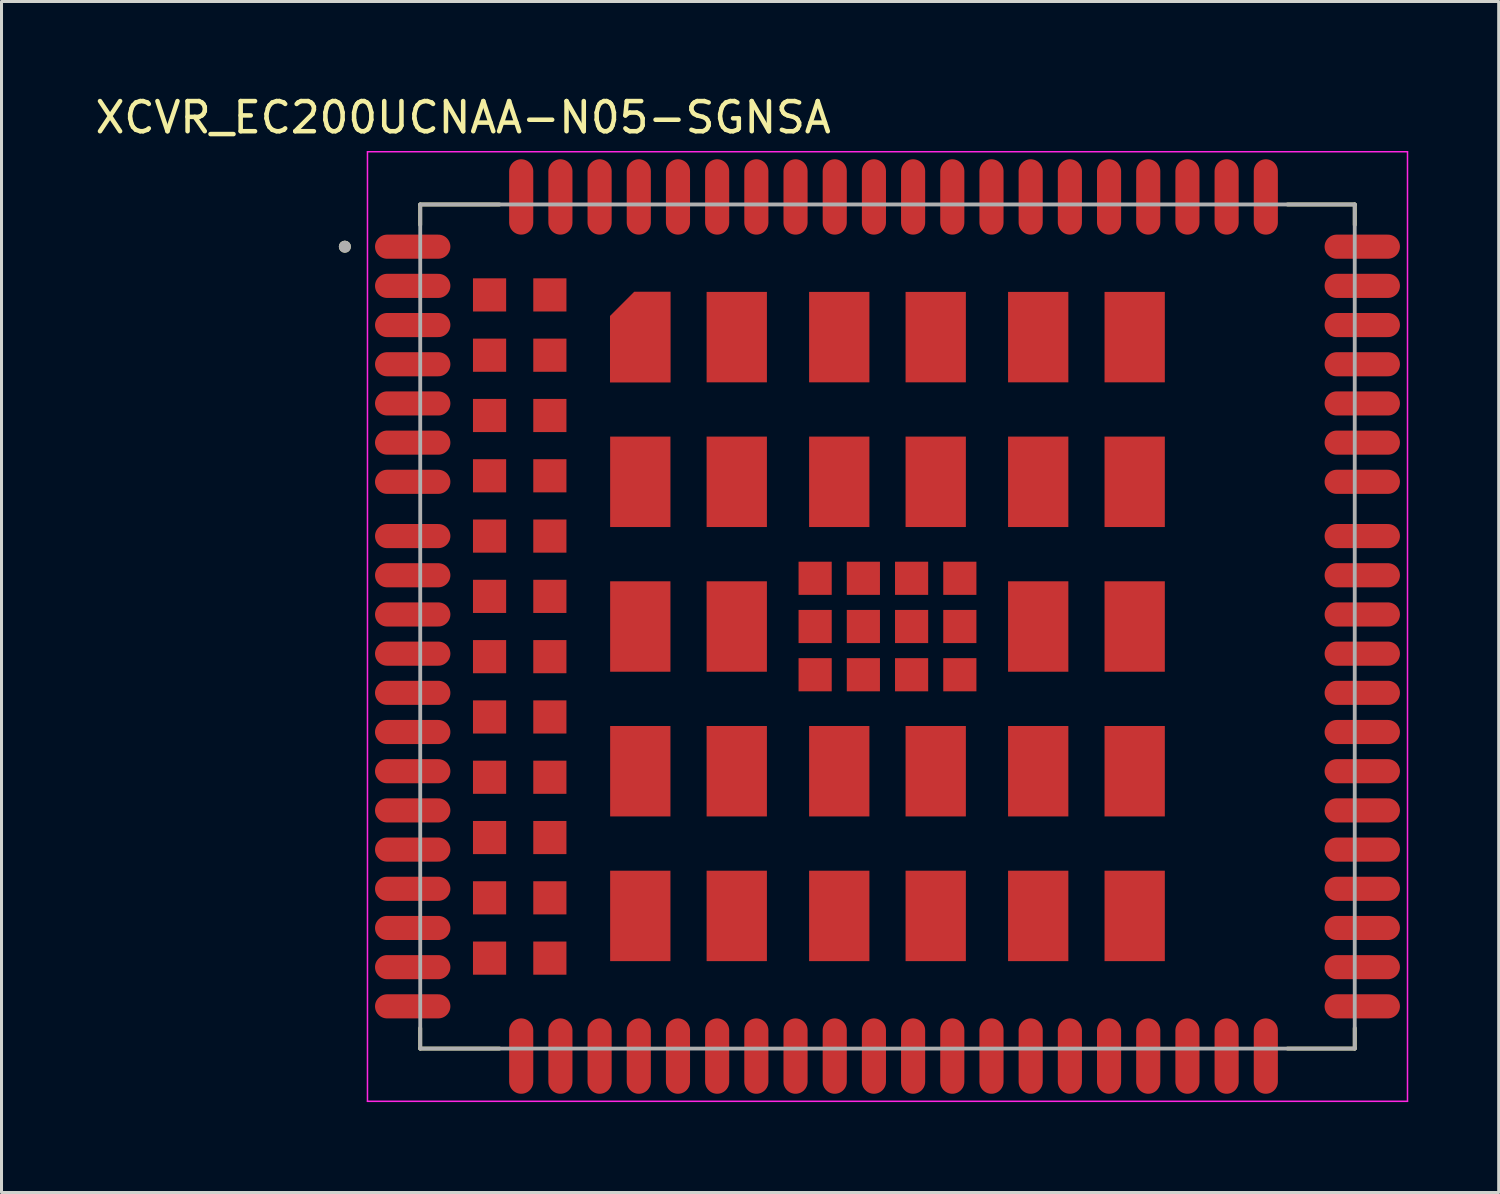
<source format=kicad_pcb>
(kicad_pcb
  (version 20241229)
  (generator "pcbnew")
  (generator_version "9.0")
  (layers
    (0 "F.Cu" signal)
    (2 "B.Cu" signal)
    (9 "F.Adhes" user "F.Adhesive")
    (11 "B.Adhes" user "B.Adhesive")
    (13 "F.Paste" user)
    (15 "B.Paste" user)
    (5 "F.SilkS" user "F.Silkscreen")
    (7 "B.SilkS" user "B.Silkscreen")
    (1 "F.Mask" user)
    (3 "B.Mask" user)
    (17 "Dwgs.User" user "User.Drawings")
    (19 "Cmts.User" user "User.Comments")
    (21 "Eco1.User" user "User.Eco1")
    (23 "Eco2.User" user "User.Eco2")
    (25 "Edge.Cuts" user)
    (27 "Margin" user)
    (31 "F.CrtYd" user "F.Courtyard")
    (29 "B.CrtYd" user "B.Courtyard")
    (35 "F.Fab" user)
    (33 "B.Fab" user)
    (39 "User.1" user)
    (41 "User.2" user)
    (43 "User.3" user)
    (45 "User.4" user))
  (footprint "XCVR_EC200UCNAA-N05-SGNSA"
    (layer "F.Cu")
    (at 26.39 17.733)
    (property "Reference" "XCVR_EC200UCNAA-N05-SGNSA" (at -14.075 -16.885 0) (layer "F.SilkS") (effects (font (size 1 1) (thickness 0.15))))
    (attr smd)
    (fp_poly (pts (xy -7.1 -11.2) (xy -8.45 -11.2) (xy -9.3 -10.35) (xy -9.3 -8) (xy -7.1 -8)) (stroke (width 0.01) (type solid)) (fill yes) (layer "F.Mask"))
    (fp_line (start -15.5 -14) (end -12.87 -14) (stroke (width 0.127) (type solid)) (layer "F.SilkS"))
    (fp_line (start -15.5 -13.32) (end -15.5 -14) (stroke (width 0.127) (type solid)) (layer "F.SilkS"))
    (fp_line (start -15.5 14) (end -15.5 13.32) (stroke (width 0.127) (type solid)) (layer "F.SilkS"))
    (fp_line (start -12.87 14) (end -15.5 14) (stroke (width 0.127) (type solid)) (layer "F.SilkS"))
    (fp_line (start 13.27 -14) (end 15.5 -14) (stroke (width 0.127) (type solid)) (layer "F.SilkS"))
    (fp_line (start 15.5 -14) (end 15.5 -13.32) (stroke (width 0.127) (type solid)) (layer "F.SilkS"))
    (fp_line (start 15.5 14) (end 13.27 14) (stroke (width 0.127) (type solid)) (layer "F.SilkS"))
    (fp_line (start 15.5 14) (end 15.5 13.32) (stroke (width 0.127) (type solid)) (layer "F.SilkS"))
    (fp_circle (center -18 -12.6) (end -17.9 -12.6) (stroke (width 0.2) (type solid)) (fill no) (layer "F.SilkS"))
    (fp_poly (pts (xy -7.2 -11.1) (xy -8.4 -11.1) (xy -9.2 -10.3) (xy -9.2 -8.1) (xy -7.2 -8.1)) (stroke (width 0.01) (type solid)) (fill yes) (layer "F.Paste"))
    (fp_line (start -17.25 -15.75) (end -17.25 15.75) (stroke (width 0.05) (type solid)) (layer "F.CrtYd"))
    (fp_line (start -17.25 15.75) (end 17.25 15.75) (stroke (width 0.05) (type solid)) (layer "F.CrtYd"))
    (fp_line (start 17.25 -15.75) (end -17.25 -15.75) (stroke (width 0.05) (type solid)) (layer "F.CrtYd"))
    (fp_line (start 17.25 15.75) (end 17.25 -15.75) (stroke (width 0.05) (type solid)) (layer "F.CrtYd"))
    (fp_line (start -15.5 -14) (end 15.5 -14) (stroke (width 0.127) (type solid)) (layer "F.Fab"))
    (fp_line (start -15.5 14) (end -15.5 -14) (stroke (width 0.127) (type solid)) (layer "F.Fab"))
    (fp_line (start 15.5 -14) (end 15.5 14) (stroke (width 0.127) (type solid)) (layer "F.Fab"))
    (fp_line (start 15.5 14) (end -15.5 14) (stroke (width 0.127) (type solid)) (layer "F.Fab"))
    (fp_circle (center -18 -12.6) (end -17.9 -12.6) (stroke (width 0.2) (type solid)) (fill no) (layer "F.Fab"))
    (pad "1" smd oval (at -15.75 -12.6) (size 2.5 0.8) (layers "F.Cu" "F.Mask" "F.Paste"))
    (pad "2" smd oval (at -15.75 -11.3) (size 2.5 0.8) (layers "F.Cu" "F.Mask" "F.Paste"))
    (pad "3" smd oval (at -15.75 -10) (size 2.5 0.8) (layers "F.Cu" "F.Mask" "F.Paste"))
    (pad "4" smd oval (at -15.75 -8.7) (size 2.5 0.8) (layers "F.Cu" "F.Mask" "F.Paste"))
    (pad "5" smd oval (at -15.75 -7.4) (size 2.5 0.8) (layers "F.Cu" "F.Mask" "F.Paste"))
    (pad "6" smd oval (at -15.75 -6.1) (size 2.5 0.8) (layers "F.Cu" "F.Mask" "F.Paste"))
    (pad "7" smd oval (at -15.75 -4.8) (size 2.5 0.8) (layers "F.Cu" "F.Mask" "F.Paste"))
    (pad "8" smd oval (at -15.75 -0.4) (size 2.5 0.8) (layers "F.Cu" "F.Mask" "F.Paste"))
    (pad "9" smd oval (at -15.75 0.9) (size 2.5 0.8) (layers "F.Cu" "F.Mask" "F.Paste"))
    (pad "10" smd oval (at -15.75 2.2) (size 2.5 0.8) (layers "F.Cu" "F.Mask" "F.Paste"))
    (pad "11" smd oval (at -15.75 3.5) (size 2.5 0.8) (layers "F.Cu" "F.Mask" "F.Paste"))
    (pad "12" smd oval (at -15.75 4.8) (size 2.5 0.8) (layers "F.Cu" "F.Mask" "F.Paste"))
    (pad "13" smd oval (at -15.75 6.1) (size 2.5 0.8) (layers "F.Cu" "F.Mask" "F.Paste"))
    (pad "14" smd oval (at -15.75 7.4) (size 2.5 0.8) (layers "F.Cu" "F.Mask" "F.Paste"))
    (pad "15" smd oval (at -15.75 8.7) (size 2.5 0.8) (layers "F.Cu" "F.Mask" "F.Paste"))
    (pad "16" smd oval (at -15.75 10) (size 2.5 0.8) (layers "F.Cu" "F.Mask" "F.Paste"))
    (pad "17" smd oval (at -15.75 11.3) (size 2.5 0.8) (layers "F.Cu" "F.Mask" "F.Paste"))
    (pad "18" smd oval (at -15.75 12.6) (size 2.5 0.8) (layers "F.Cu" "F.Mask" "F.Paste"))
    (pad "19" smd oval (at -9.55 14.25) (size 0.8 2.5) (layers "F.Cu" "F.Mask" "F.Paste"))
    (pad "20" smd oval (at -8.25 14.25) (size 0.8 2.5) (layers "F.Cu" "F.Mask" "F.Paste"))
    (pad "21" smd oval (at -6.95 14.25) (size 0.8 2.5) (layers "F.Cu" "F.Mask" "F.Paste"))
    (pad "22" smd oval (at -5.65 14.25) (size 0.8 2.5) (layers "F.Cu" "F.Mask" "F.Paste"))
    (pad "23" smd oval (at -4.35 14.25) (size 0.8 2.5) (layers "F.Cu" "F.Mask" "F.Paste"))
    (pad "24" smd oval (at -3.05 14.25) (size 0.8 2.5) (layers "F.Cu" "F.Mask" "F.Paste"))
    (pad "25" smd oval (at -1.75 14.25) (size 0.8 2.5) (layers "F.Cu" "F.Mask" "F.Paste"))
    (pad "26" smd oval (at -0.45 14.25) (size 0.8 2.5) (layers "F.Cu" "F.Mask" "F.Paste"))
    (pad "27" smd oval (at 0.85 14.25) (size 0.8 2.5) (layers "F.Cu" "F.Mask" "F.Paste"))
    (pad "28" smd oval (at 2.15 14.25) (size 0.8 2.5) (layers "F.Cu" "F.Mask" "F.Paste"))
    (pad "29" smd oval (at 3.45 14.25) (size 0.8 2.5) (layers "F.Cu" "F.Mask" "F.Paste"))
    (pad "30" smd oval (at 4.75 14.25) (size 0.8 2.5) (layers "F.Cu" "F.Mask" "F.Paste"))
    (pad "31" smd oval (at 6.05 14.25) (size 0.8 2.5) (layers "F.Cu" "F.Mask" "F.Paste"))
    (pad "32" smd oval (at 7.35 14.25) (size 0.8 2.5) (layers "F.Cu" "F.Mask" "F.Paste"))
    (pad "33" smd oval (at 8.65 14.25) (size 0.8 2.5) (layers "F.Cu" "F.Mask" "F.Paste"))
    (pad "34" smd oval (at 9.95 14.25) (size 0.8 2.5) (layers "F.Cu" "F.Mask" "F.Paste"))
    (pad "35" smd oval (at 11.25 14.25) (size 0.8 2.5) (layers "F.Cu" "F.Mask" "F.Paste"))
    (pad "36" smd oval (at 12.55 14.25) (size 0.8 2.5) (layers "F.Cu" "F.Mask" "F.Paste"))
    (pad "37" smd oval (at 15.75 12.6) (size 2.5 0.8) (layers "F.Cu" "F.Mask" "F.Paste"))
    (pad "38" smd oval (at 15.75 11.3) (size 2.5 0.8) (layers "F.Cu" "F.Mask" "F.Paste"))
    (pad "39" smd oval (at 15.75 10) (size 2.5 0.8) (layers "F.Cu" "F.Mask" "F.Paste"))
    (pad "40" smd oval (at 15.75 8.7) (size 2.5 0.8) (layers "F.Cu" "F.Mask" "F.Paste"))
    (pad "41" smd oval (at 15.75 7.4) (size 2.5 0.8) (layers "F.Cu" "F.Mask" "F.Paste"))
    (pad "42" smd oval (at 15.75 6.1) (size 2.5 0.8) (layers "F.Cu" "F.Mask" "F.Paste"))
    (pad "43" smd oval (at 15.75 4.8) (size 2.5 0.8) (layers "F.Cu" "F.Mask" "F.Paste"))
    (pad "44" smd oval (at 15.75 3.5) (size 2.5 0.8) (layers "F.Cu" "F.Mask" "F.Paste"))
    (pad "45" smd oval (at 15.75 2.2) (size 2.5 0.8) (layers "F.Cu" "F.Mask" "F.Paste"))
    (pad "46" smd oval (at 15.75 0.9) (size 2.5 0.8) (layers "F.Cu" "F.Mask" "F.Paste"))
    (pad "47" smd oval (at 15.75 -0.4) (size 2.5 0.8) (layers "F.Cu" "F.Mask" "F.Paste"))
    (pad "48" smd oval (at 15.75 -4.8) (size 2.5 0.8) (layers "F.Cu" "F.Mask" "F.Paste"))
    (pad "49" smd oval (at 15.75 -6.1) (size 2.5 0.8) (layers "F.Cu" "F.Mask" "F.Paste"))
    (pad "50" smd oval (at 15.75 -7.4) (size 2.5 0.8) (layers "F.Cu" "F.Mask" "F.Paste"))
    (pad "51" smd oval (at 15.75 -8.7) (size 2.5 0.8) (layers "F.Cu" "F.Mask" "F.Paste"))
    (pad "52" smd oval (at 15.75 -10) (size 2.5 0.8) (layers "F.Cu" "F.Mask" "F.Paste"))
    (pad "53" smd oval (at 15.75 -11.3) (size 2.5 0.8) (layers "F.Cu" "F.Mask" "F.Paste"))
    (pad "54" smd oval (at 15.75 -12.6) (size 2.5 0.8) (layers "F.Cu" "F.Mask" "F.Paste"))
    (pad "55" smd oval (at 12.55 -14.25) (size 0.8 2.5) (layers "F.Cu" "F.Mask" "F.Paste"))
    (pad "56" smd oval (at 11.25 -14.25) (size 0.8 2.5) (layers "F.Cu" "F.Mask" "F.Paste"))
    (pad "57" smd oval (at 9.95 -14.25) (size 0.8 2.5) (layers "F.Cu" "F.Mask" "F.Paste"))
    (pad "58" smd oval (at 8.65 -14.25) (size 0.8 2.5) (layers "F.Cu" "F.Mask" "F.Paste"))
    (pad "59" smd oval (at 7.35 -14.25) (size 0.8 2.5) (layers "F.Cu" "F.Mask" "F.Paste"))
    (pad "60" smd oval (at 6.05 -14.25) (size 0.8 2.5) (layers "F.Cu" "F.Mask" "F.Paste"))
    (pad "61" smd oval (at 4.75 -14.25) (size 0.8 2.5) (layers "F.Cu" "F.Mask" "F.Paste"))
    (pad "62" smd oval (at 3.45 -14.25) (size 0.8 2.5) (layers "F.Cu" "F.Mask" "F.Paste"))
    (pad "63" smd oval (at 2.15 -14.25) (size 0.8 2.5) (layers "F.Cu" "F.Mask" "F.Paste"))
    (pad "64" smd oval (at 0.85 -14.25) (size 0.8 2.5) (layers "F.Cu" "F.Mask" "F.Paste"))
    (pad "65" smd oval (at -0.45 -14.25) (size 0.8 2.5) (layers "F.Cu" "F.Mask" "F.Paste"))
    (pad "66" smd oval (at -1.75 -14.25) (size 0.8 2.5) (layers "F.Cu" "F.Mask" "F.Paste"))
    (pad "67" smd oval (at -3.05 -14.25) (size 0.8 2.5) (layers "F.Cu" "F.Mask" "F.Paste"))
    (pad "68" smd oval (at -4.35 -14.25) (size 0.8 2.5) (layers "F.Cu" "F.Mask" "F.Paste"))
    (pad "69" smd oval (at -5.65 -14.25) (size 0.8 2.5) (layers "F.Cu" "F.Mask" "F.Paste"))
    (pad "70" smd oval (at -6.95 -14.25) (size 0.8 2.5) (layers "F.Cu" "F.Mask" "F.Paste"))
    (pad "71" smd oval (at -8.25 -14.25) (size 0.8 2.5) (layers "F.Cu" "F.Mask" "F.Paste"))
    (pad "72" smd oval (at -9.55 -14.25) (size 0.8 2.5) (layers "F.Cu" "F.Mask" "F.Paste"))
    (pad "73" smd rect (at 2.4 -1.6) (size 1.1 1.1) (layers "F.Cu" "F.Mask" "F.Paste"))
    (pad "74" smd rect (at 2.4 0) (size 1.1 1.1) (layers "F.Cu" "F.Mask" "F.Paste"))
    (pad "75" smd rect (at 2.4 1.6) (size 1.1 1.1) (layers "F.Cu" "F.Mask" "F.Paste"))
    (pad "76" smd rect (at 0.8 -1.6) (size 1.1 1.1) (layers "F.Cu" "F.Mask" "F.Paste"))
    (pad "77" smd rect (at 0.8 0) (size 1.1 1.1) (layers "F.Cu" "F.Mask" "F.Paste"))
    (pad "78" smd rect (at 0.8 1.6) (size 1.1 1.1) (layers "F.Cu" "F.Mask" "F.Paste"))
    (pad "79" smd rect (at -0.8 -1.6) (size 1.1 1.1) (layers "F.Cu" "F.Mask" "F.Paste"))
    (pad "80" smd rect (at -0.8 0) (size 1.1 1.1) (layers "F.Cu" "F.Mask" "F.Paste"))
    (pad "81" smd rect (at -0.8 1.6) (size 1.1 1.1) (layers "F.Cu" "F.Mask" "F.Paste"))
    (pad "82" smd rect (at -2.4 -1.6) (size 1.1 1.1) (layers "F.Cu" "F.Mask" "F.Paste"))
    (pad "83" smd rect (at -2.4 0) (size 1.1 1.1) (layers "F.Cu" "F.Mask" "F.Paste"))
    (pad "84" smd rect (at -2.4 1.6) (size 1.1 1.1) (layers "F.Cu" "F.Mask" "F.Paste"))
    (pad "85" smd rect (at 8.2 -9.6) (size 2 3) (layers "F.Cu" "F.Mask" "F.Paste"))
    (pad "86" smd rect (at 8.2 -4.8) (size 2 3) (layers "F.Cu" "F.Mask" "F.Paste"))
    (pad "87" smd rect (at 8.2 0) (size 2 3) (layers "F.Cu" "F.Mask" "F.Paste"))
    (pad "88" smd rect (at 8.2 4.8) (size 2 3) (layers "F.Cu" "F.Mask" "F.Paste"))
    (pad "89" smd rect (at 8.2 9.6) (size 2 3) (layers "F.Cu" "F.Mask" "F.Paste"))
    (pad "90" smd rect (at 5 -9.6) (size 2 3) (layers "F.Cu" "F.Mask" "F.Paste"))
    (pad "91" smd rect (at 5 -4.8) (size 2 3) (layers "F.Cu" "F.Mask" "F.Paste"))
    (pad "92" smd rect (at 5 0) (size 2 3) (layers "F.Cu" "F.Mask" "F.Paste"))
    (pad "93" smd rect (at 5 4.8) (size 2 3) (layers "F.Cu" "F.Mask" "F.Paste"))
    (pad "94" smd rect (at 5 9.6) (size 2 3) (layers "F.Cu" "F.Mask" "F.Paste"))
    (pad "95" smd rect (at 1.6 -9.6) (size 2 3) (layers "F.Cu" "F.Mask" "F.Paste"))
    (pad "96" smd rect (at 1.6 -4.8) (size 2 3) (layers "F.Cu" "F.Mask" "F.Paste"))
    (pad "97" smd rect (at 1.6 4.8) (size 2 3) (layers "F.Cu" "F.Mask" "F.Paste"))
    (pad "98" smd rect (at 1.6 9.6) (size 2 3) (layers "F.Cu" "F.Mask" "F.Paste"))
    (pad "99" smd rect (at -1.6 -9.6) (size 2 3) (layers "F.Cu" "F.Mask" "F.Paste"))
    (pad "100" smd rect (at -1.6 -4.8) (size 2 3) (layers "F.Cu" "F.Mask" "F.Paste"))
    (pad "101" smd rect (at -1.6 4.8) (size 2 3) (layers "F.Cu" "F.Mask" "F.Paste"))
    (pad "102" smd rect (at -1.6 9.6) (size 2 3) (layers "F.Cu" "F.Mask" "F.Paste"))
    (pad "103" smd rect (at -5 -9.6) (size 2 3) (layers "F.Cu" "F.Mask" "F.Paste"))
    (pad "104" smd rect (at -5 -4.8) (size 2 3) (layers "F.Cu" "F.Mask" "F.Paste"))
    (pad "105" smd rect (at -5 0) (size 2 3) (layers "F.Cu" "F.Mask" "F.Paste"))
    (pad "106" smd rect (at -5 4.8) (size 2 3) (layers "F.Cu" "F.Mask" "F.Paste"))
    (pad "107" smd rect (at -5 9.6) (size 2 3) (layers "F.Cu" "F.Mask" "F.Paste"))
    (pad "108" smd custom (at -8.2 -9.6) (size 1 1) (layers "F.Cu") (options (anchor rect)) (primitives (gr_poly (pts (xy 1 -1.5) (xy -0.2 -1.5) (xy -1 -0.7) (xy -1 1.5) (xy 1 1.5)) (width 0.01) (fill yes))))
    (pad "109" smd rect (at -8.2 -4.8) (size 2 3) (layers "F.Cu" "F.Mask" "F.Paste"))
    (pad "110" smd rect (at -8.2 0) (size 2 3) (layers "F.Cu" "F.Mask" "F.Paste"))
    (pad "111" smd rect (at -8.2 4.8) (size 2 3) (layers "F.Cu" "F.Mask" "F.Paste"))
    (pad "112" smd rect (at -8.2 9.6) (size 2 3) (layers "F.Cu" "F.Mask" "F.Paste"))
    (pad "113" smd oval (at -10.85 -14.25) (size 0.8 2.5) (layers "F.Cu" "F.Mask" "F.Paste"))
    (pad "114" smd oval (at -12.15 -14.25) (size 0.8 2.5) (layers "F.Cu" "F.Mask" "F.Paste"))
    (pad "115" smd oval (at -10.85 14.25) (size 0.8 2.5) (layers "F.Cu" "F.Mask" "F.Paste"))
    (pad "116" smd oval (at -12.15 14.25) (size 0.8 2.5) (layers "F.Cu" "F.Mask" "F.Paste"))
    (pad "117" smd rect (at -11.2 -11) (size 1.1 1.1) (layers "F.Cu" "F.Mask" "F.Paste"))
    (pad "118" smd rect (at -11.2 -9) (size 1.1 1.1) (layers "F.Cu" "F.Mask" "F.Paste"))
    (pad "119" smd rect (at -11.2 -7) (size 1.1 1.1) (layers "F.Cu" "F.Mask" "F.Paste"))
    (pad "120" smd rect (at -11.2 -5) (size 1.1 1.1) (layers "F.Cu" "F.Mask" "F.Paste"))
    (pad "121" smd rect (at -11.2 -3) (size 1.1 1.1) (layers "F.Cu" "F.Mask" "F.Paste"))
    (pad "122" smd rect (at -11.2 -1) (size 1.1 1.1) (layers "F.Cu" "F.Mask" "F.Paste"))
    (pad "123" smd rect (at -11.2 1) (size 1.1 1.1) (layers "F.Cu" "F.Mask" "F.Paste"))
    (pad "124" smd rect (at -11.2 3) (size 1.1 1.1) (layers "F.Cu" "F.Mask" "F.Paste"))
    (pad "125" smd rect (at -11.2 5) (size 1.1 1.1) (layers "F.Cu" "F.Mask" "F.Paste"))
    (pad "126" smd rect (at -11.2 7) (size 1.1 1.1) (layers "F.Cu" "F.Mask" "F.Paste"))
    (pad "127" smd rect (at -11.2 9) (size 1.1 1.1) (layers "F.Cu" "F.Mask" "F.Paste"))
    (pad "128" smd rect (at -11.2 11) (size 1.1 1.1) (layers "F.Cu" "F.Mask" "F.Paste"))
    (pad "129" smd rect (at -13.2 -11) (size 1.1 1.1) (layers "F.Cu" "F.Mask" "F.Paste"))
    (pad "130" smd rect (at -13.2 -9) (size 1.1 1.1) (layers "F.Cu" "F.Mask" "F.Paste"))
    (pad "131" smd rect (at -13.2 -7) (size 1.1 1.1) (layers "F.Cu" "F.Mask" "F.Paste"))
    (pad "132" smd rect (at -13.2 -5) (size 1.1 1.1) (layers "F.Cu" "F.Mask" "F.Paste"))
    (pad "133" smd rect (at -13.2 -3) (size 1.1 1.1) (layers "F.Cu" "F.Mask" "F.Paste"))
    (pad "134" smd rect (at -13.2 -1) (size 1.1 1.1) (layers "F.Cu" "F.Mask" "F.Paste"))
    (pad "135" smd rect (at -13.2 1) (size 1.1 1.1) (layers "F.Cu" "F.Mask" "F.Paste"))
    (pad "136" smd rect (at -13.2 3) (size 1.1 1.1) (layers "F.Cu" "F.Mask" "F.Paste"))
    (pad "137" smd rect (at -13.2 5) (size 1.1 1.1) (layers "F.Cu" "F.Mask" "F.Paste"))
    (pad "138" smd rect (at -13.2 7) (size 1.1 1.1) (layers "F.Cu" "F.Mask" "F.Paste"))
    (pad "139" smd rect (at -13.2 9) (size 1.1 1.1) (layers "F.Cu" "F.Mask" "F.Paste"))
    (pad "140" smd rect (at -13.2 11) (size 1.1 1.1) (layers "F.Cu" "F.Mask" "F.Paste"))
    (pad "141" smd oval (at -15.75 -3) (size 2.5 0.8) (layers "F.Cu" "F.Mask" "F.Paste"))
    (pad "142" smd oval (at -15.75 -1.7) (size 2.5 0.8) (layers "F.Cu" "F.Mask" "F.Paste"))
    (pad "143" smd oval (at 15.75 -1.7) (size 2.5 0.8) (layers "F.Cu" "F.Mask" "F.Paste"))
    (pad "144" smd oval (at 15.75 -3) (size 2.5 0.8) (layers "F.Cu" "F.Mask" "F.Paste")))
  (gr_rect
    (start -3 -3)
    (end 46.665 36.508)
    (stroke (width 0.1) (type default))
    (fill no)
    (layer "Edge.Cuts")))
</source>
